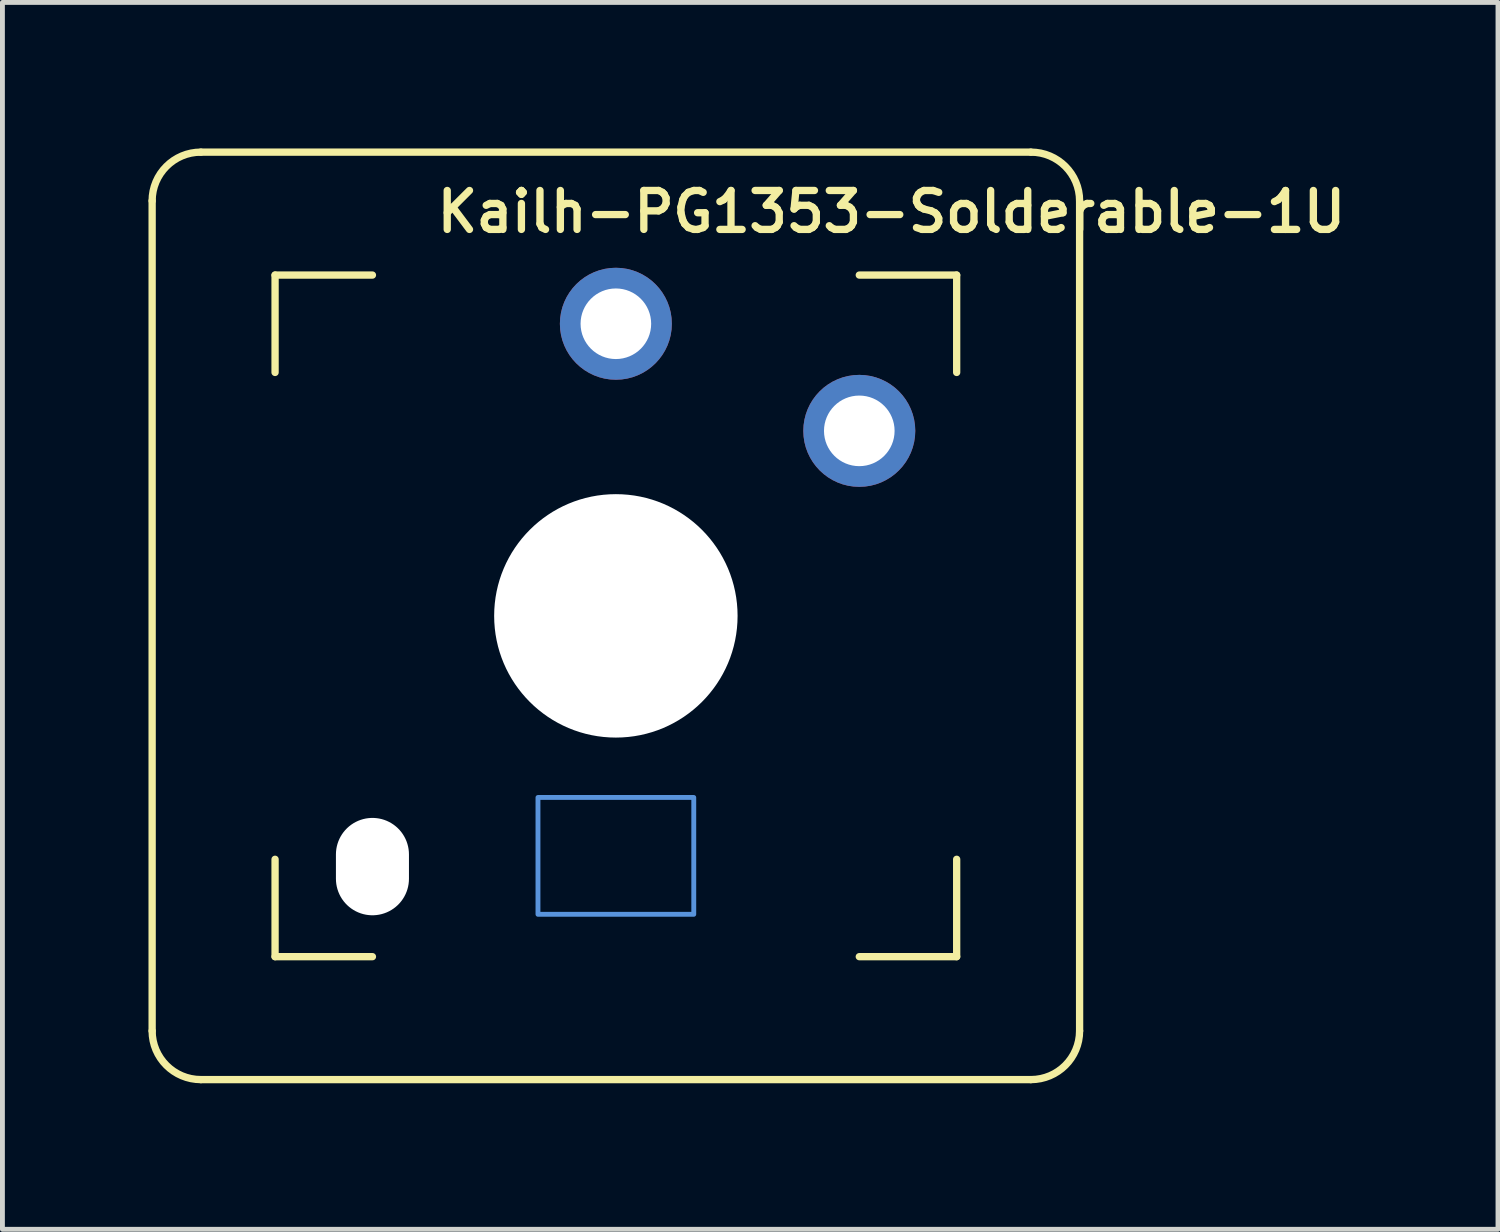
<source format=kicad_pcb>
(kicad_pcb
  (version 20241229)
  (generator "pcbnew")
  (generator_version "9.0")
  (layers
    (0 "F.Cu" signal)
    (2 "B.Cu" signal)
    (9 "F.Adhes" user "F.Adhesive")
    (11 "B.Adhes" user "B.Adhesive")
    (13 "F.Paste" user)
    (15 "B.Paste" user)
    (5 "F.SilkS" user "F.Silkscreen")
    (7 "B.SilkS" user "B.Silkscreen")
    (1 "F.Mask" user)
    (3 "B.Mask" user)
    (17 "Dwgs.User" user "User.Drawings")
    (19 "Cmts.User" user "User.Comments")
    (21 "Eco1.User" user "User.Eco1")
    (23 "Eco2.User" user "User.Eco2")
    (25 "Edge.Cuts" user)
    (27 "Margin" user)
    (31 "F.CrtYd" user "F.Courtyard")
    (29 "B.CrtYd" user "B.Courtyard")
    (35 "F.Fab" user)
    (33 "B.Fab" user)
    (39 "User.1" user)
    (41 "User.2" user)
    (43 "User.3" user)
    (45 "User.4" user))
  (footprint "Kailh-PG1353-Solderable-1U"
    (layer "F.Cu")
    (at 9.6 9.6)
    (property "Reference" "Kailh-PG1353-Solderable-1U" (at 5.66 -8.3 0) (layer "F.SilkS") (effects (font (size 0.8 0.8) (thickness 0.15))))
    (attr through_hole)
    (fp_line (start -9.525 8.525) (end -9.525 -8.525) (stroke (width 0.15) (type solid)) (layer "F.SilkS"))
    (fp_line (start -7 -7) (end -7 -5) (stroke (width 0.15) (type solid)) (layer "F.SilkS"))
    (fp_line (start -7 5) (end -7 7) (stroke (width 0.15) (type solid)) (layer "F.SilkS"))
    (fp_line (start -7 7) (end -5 7) (stroke (width 0.15) (type solid)) (layer "F.SilkS"))
    (fp_line (start -5 -7) (end -7 -7) (stroke (width 0.15) (type solid)) (layer "F.SilkS"))
    (fp_line (start 5 -7) (end 7 -7) (stroke (width 0.15) (type solid)) (layer "F.SilkS"))
    (fp_line (start 5 7) (end 7 7) (stroke (width 0.15) (type solid)) (layer "F.SilkS"))
    (fp_line (start 7 -7) (end 7 -5) (stroke (width 0.15) (type solid)) (layer "F.SilkS"))
    (fp_line (start 7 7) (end 7 5) (stroke (width 0.15) (type solid)) (layer "F.SilkS"))
    (fp_line (start 8.525 -9.525) (end -8.525 -9.525) (stroke (width 0.15) (type solid)) (layer "F.SilkS"))
    (fp_line (start 8.525 9.525) (end -8.525 9.525) (stroke (width 0.15) (type solid)) (layer "F.SilkS"))
    (fp_line (start 9.525 8.525) (end 9.525 -8.525) (stroke (width 0.15) (type solid)) (layer "F.SilkS"))
    (fp_arc (start -9.525 -8.525) (mid -9.232107 -9.232107) (end -8.525 -9.525) (stroke (width 0.15) (type default)) (layer "F.SilkS"))
    (fp_arc (start -8.525 9.525) (mid -9.232107 9.232107) (end -9.525 8.525) (stroke (width 0.15) (type default)) (layer "F.SilkS"))
    (fp_arc (start 8.525 -9.525) (mid 9.232107 -9.232107) (end 9.525 -8.525) (stroke (width 0.15) (type default)) (layer "F.SilkS"))
    (fp_arc (start 9.525 8.525) (mid 9.232107 9.232107) (end 8.525 9.525) (stroke (width 0.15) (type default)) (layer "F.SilkS"))
    (fp_rect (start -1.6 3.73) (end 1.6 6.13) (stroke (width 0.1) (type default)) (fill no) (layer "Cmts.User"))
    (pad "" np_thru_hole oval (at -5 5.15 180) (size 1.5 2) (drill oval 1.5 2) (layers "*.Cu" "*.Mask"))
    (pad "" np_thru_hole circle (at 0 0 180) (size 5 5) (drill 5.1) (layers "*.Cu" "*.Mask"))
    (pad "1" thru_hole circle (at 5 -3.8 180) (size 2.3 2.3) (drill 1.45) (layers "*.Cu" "B.Mask"))
    (pad "2" thru_hole circle (at 0 -6 180) (size 2.3 2.3) (drill 1.45) (layers "*.Cu" "B.Mask")))
  (gr_rect
    (start -3 -3)
    (end 27.719 22.2)
    (stroke (width 0.1) (type default))
    (fill no)
    (layer "Edge.Cuts")))
</source>
